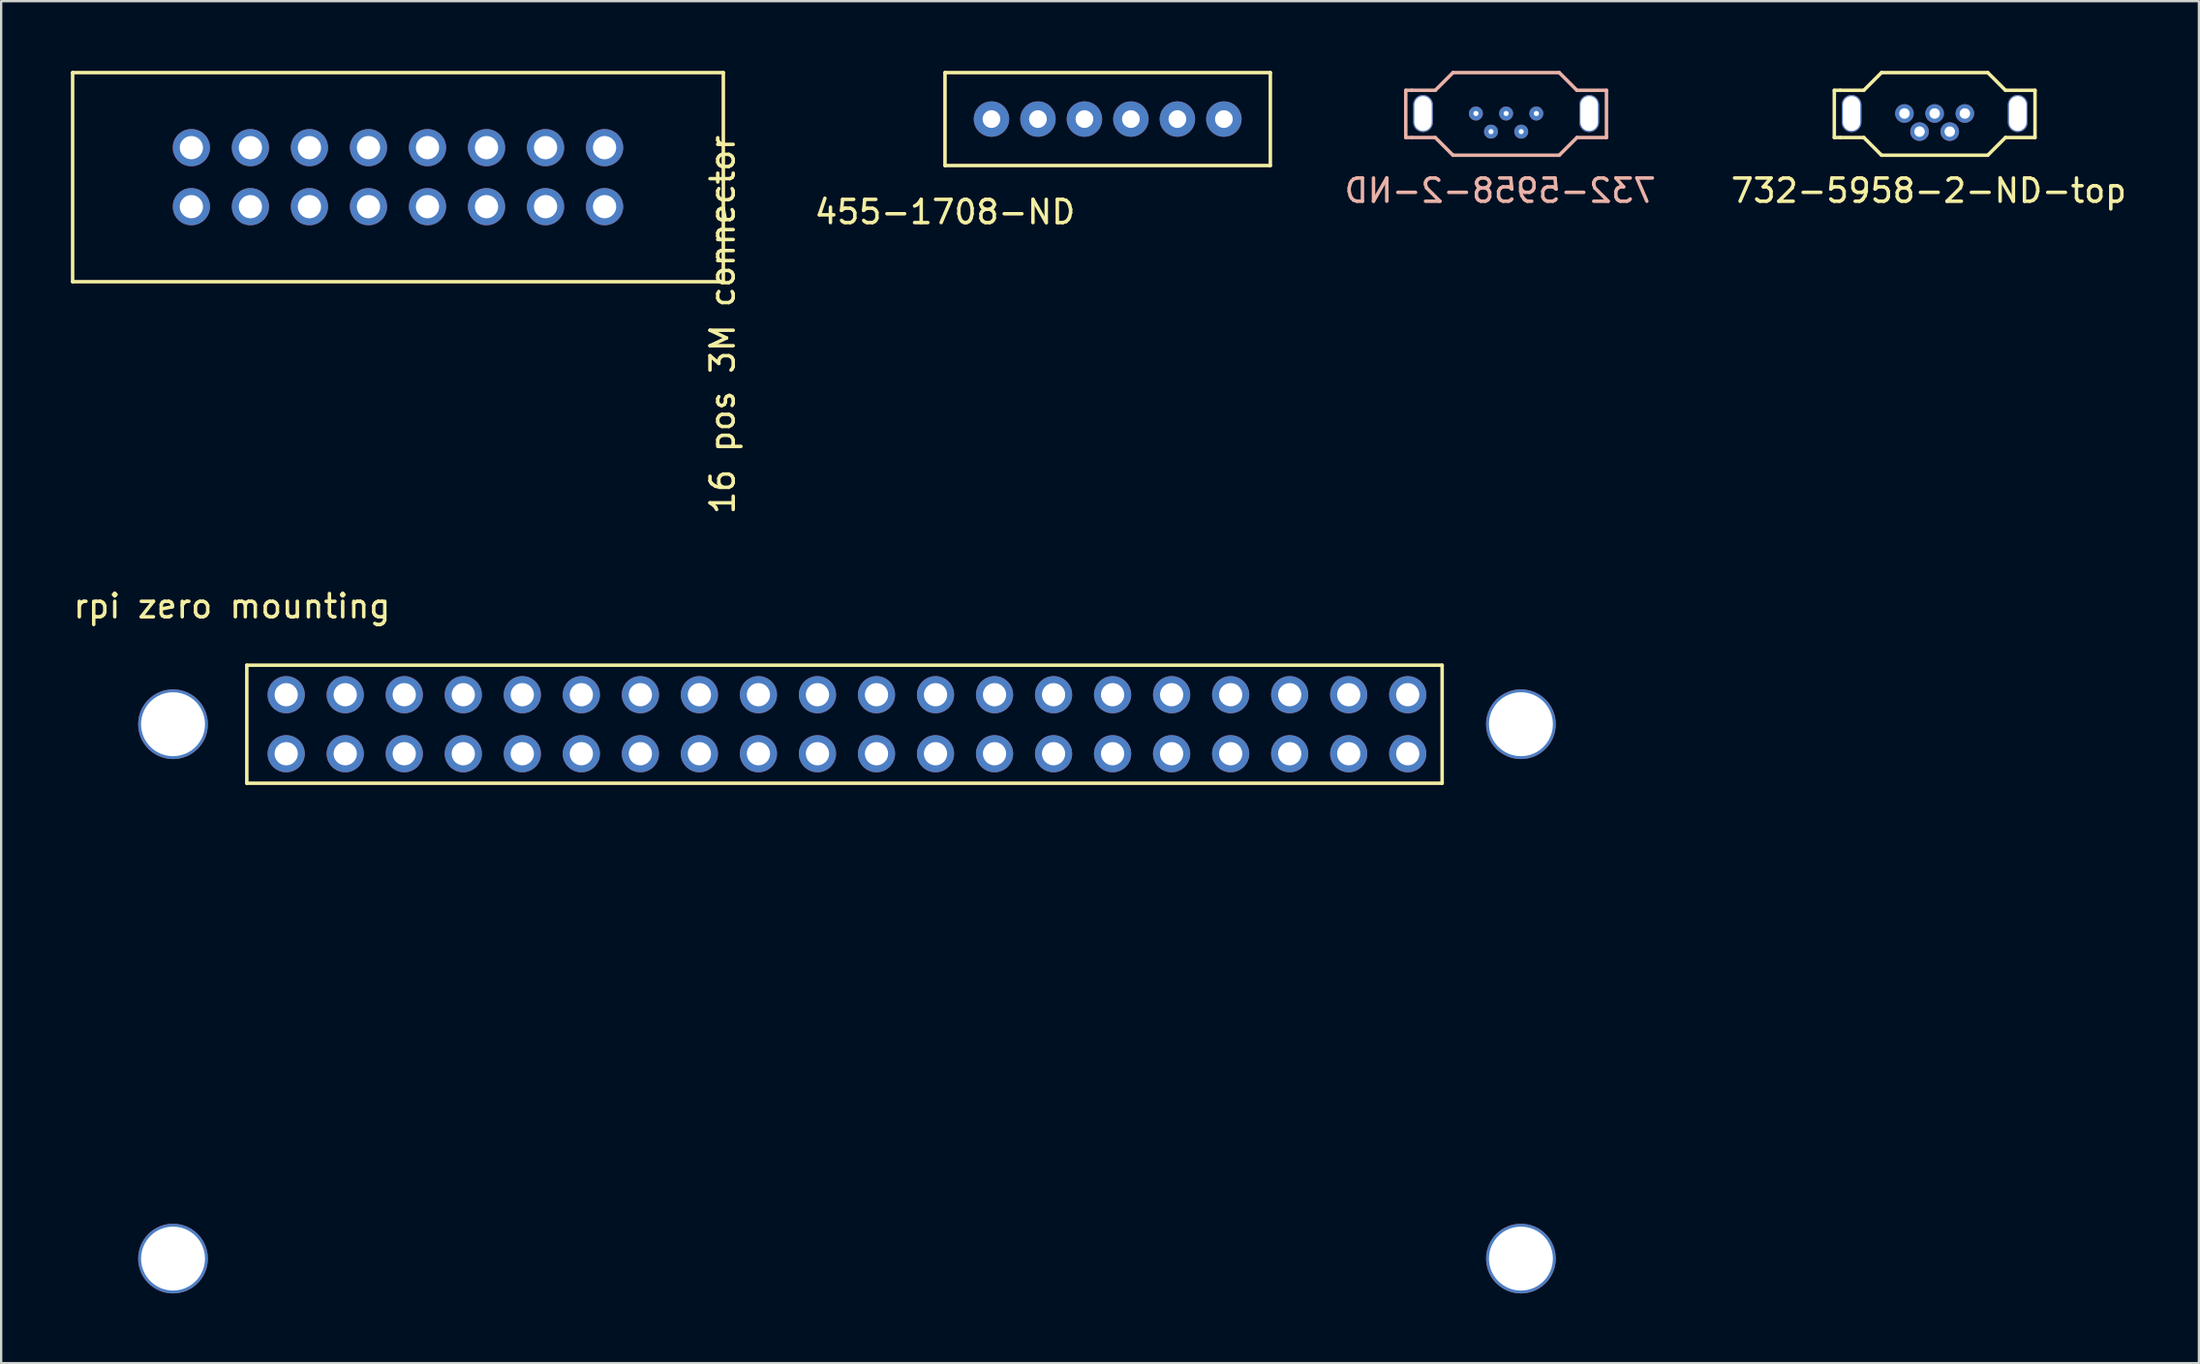
<source format=kicad_pcb>
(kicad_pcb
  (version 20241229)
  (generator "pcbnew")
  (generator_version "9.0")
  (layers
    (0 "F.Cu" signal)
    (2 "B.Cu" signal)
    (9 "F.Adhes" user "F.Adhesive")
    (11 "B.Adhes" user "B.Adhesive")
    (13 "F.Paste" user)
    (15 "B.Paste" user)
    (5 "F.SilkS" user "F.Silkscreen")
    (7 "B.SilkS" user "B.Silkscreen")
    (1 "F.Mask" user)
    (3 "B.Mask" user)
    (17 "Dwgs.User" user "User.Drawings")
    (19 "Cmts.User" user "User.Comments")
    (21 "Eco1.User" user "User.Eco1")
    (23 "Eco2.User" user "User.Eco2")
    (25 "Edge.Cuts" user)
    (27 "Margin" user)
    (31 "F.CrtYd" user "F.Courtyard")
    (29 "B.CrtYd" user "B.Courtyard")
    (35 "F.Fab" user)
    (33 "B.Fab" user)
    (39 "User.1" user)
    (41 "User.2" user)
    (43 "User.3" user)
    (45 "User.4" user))
  (footprint "455-1708-ND"
    (layer "F.Cu")
    (at 39.613 2.075)
    (property "Reference" "455-1708-ND" (at -2 4 0) (layer "F.SilkS") (effects (font (size 1 1) (thickness 0.15))))
    (attr through_hole)
    (fp_line (start -2 -2) (end 12 -2) (stroke (width 0.15) (type solid)) (layer "F.SilkS"))
    (fp_line (start -2 2) (end -2 -2) (stroke (width 0.15) (type solid)) (layer "F.SilkS"))
    (fp_line (start 12 -2) (end 12 2) (stroke (width 0.15) (type solid)) (layer "F.SilkS"))
    (fp_line (start 12 2) (end -2 2) (stroke (width 0.15) (type solid)) (layer "F.SilkS"))
    (pad "1" thru_hole circle (at 0 0) (size 1.524 1.524) (drill 0.762) (layers "*.Cu" "*.Mask"))
    (pad "2" thru_hole circle (at 2 0) (size 1.524 1.524) (drill 0.762) (layers "*.Cu" "*.Mask"))
    (pad "3" thru_hole circle (at 4 0) (size 1.524 1.524) (drill 0.762) (layers "*.Cu" "*.Mask"))
    (pad "4" thru_hole circle (at 6 0) (size 1.524 1.524) (drill 0.762) (layers "*.Cu" "*.Mask"))
    (pad "5" thru_hole circle (at 8 0) (size 1.524 1.524) (drill 0.762) (layers "*.Cu" "*.Mask"))
    (pad "6" thru_hole circle (at 10 0) (size 1.524 1.524) (drill 0.762) (layers "*.Cu" "*.Mask")))
  (footprint "16 pos 3M connector"
    (layer "F.Cu")
    (at 14.075 4.575)
    (property "Reference" "16 pos 3M connector" (at 13.97 6.35 90) (layer "F.SilkS") (effects (font (size 1 1) (thickness 0.15))))
    (attr through_hole)
    (fp_line (start -14 -4.5) (end -14 4.5) (stroke (width 0.15) (type solid)) (layer "F.SilkS"))
    (fp_line (start -14 4.5) (end 14 4.5) (stroke (width 0.15) (type solid)) (layer "F.SilkS"))
    (fp_line (start 14 -4.5) (end -14 -4.5) (stroke (width 0.15) (type solid)) (layer "F.SilkS"))
    (fp_line (start 14 4.5) (end 14 -4.5) (stroke (width 0.15) (type solid)) (layer "F.SilkS"))
    (pad "1" thru_hole circle (at -8.89 1.27) (size 1.6 1.6) (drill 1) (layers "*.Cu" "*.Mask"))
    (pad "2" thru_hole circle (at -8.89 -1.27) (size 1.6 1.6) (drill 1) (layers "*.Cu" "*.Mask"))
    (pad "3" thru_hole circle (at -6.35 1.27) (size 1.6 1.6) (drill 1) (layers "*.Cu" "*.Mask"))
    (pad "4" thru_hole circle (at -6.35 -1.27) (size 1.6 1.6) (drill 1) (layers "*.Cu" "*.Mask"))
    (pad "5" thru_hole circle (at -3.81 1.27) (size 1.6 1.6) (drill 1) (layers "*.Cu" "*.Mask"))
    (pad "6" thru_hole circle (at -3.81 -1.27) (size 1.6 1.6) (drill 1) (layers "*.Cu" "*.Mask"))
    (pad "7" thru_hole circle (at -1.27 1.27) (size 1.6 1.6) (drill 1) (layers "*.Cu" "*.Mask"))
    (pad "8" thru_hole circle (at -1.27 -1.27) (size 1.6 1.6) (drill 1) (layers "*.Cu" "*.Mask"))
    (pad "9" thru_hole circle (at 1.27 1.27) (size 1.6 1.6) (drill 1) (layers "*.Cu" "*.Mask"))
    (pad "10" thru_hole circle (at 1.27 -1.27) (size 1.6 1.6) (drill 1) (layers "*.Cu" "*.Mask"))
    (pad "11" thru_hole circle (at 3.81 1.27) (size 1.6 1.6) (drill 1) (layers "*.Cu" "*.Mask"))
    (pad "12" thru_hole circle (at 3.81 -1.27) (size 1.6 1.6) (drill 1) (layers "*.Cu" "*.Mask"))
    (pad "13" thru_hole circle (at 6.35 1.27) (size 1.6 1.6) (drill 1) (layers "*.Cu" "*.Mask"))
    (pad "14" thru_hole circle (at 6.35 -1.27) (size 1.6 1.6) (drill 1) (layers "*.Cu" "*.Mask"))
    (pad "15" thru_hole circle (at 8.89 1.27) (size 1.6 1.6) (drill 1) (layers "*.Cu" "*.Mask"))
    (pad "16" thru_hole circle (at 8.89 -1.27) (size 1.6 1.6) (drill 1) (layers "*.Cu" "*.Mask")))
  (footprint "732-5958-2-ND-top"
    (layer "F.Cu")
    (at 80.198 2.615)
    (property "Reference" "732-5958-2-ND-top" (at -0.254 2.54 0) (layer "F.SilkS") (effects (font (size 1 1) (thickness 0.15))))
    (attr through_hole)
    (fp_line (start -4.318 -1.778) (end -4.064 -1.778) (stroke (width 0.15) (type solid)) (layer "F.SilkS"))
    (fp_line (start -4.318 0.254) (end -4.318 -1.778) (stroke (width 0.15) (type solid)) (layer "F.SilkS"))
    (fp_line (start -4.064 -1.778) (end -3.048 -1.778) (stroke (width 0.15) (type solid)) (layer "F.SilkS"))
    (fp_line (start -4.064 0.254) (end -4.318 0.254) (stroke (width 0.15) (type solid)) (layer "F.SilkS"))
    (fp_line (start -3.048 -1.778) (end -2.286 -2.54) (stroke (width 0.15) (type solid)) (layer "F.SilkS"))
    (fp_line (start -3.048 0.254) (end -4.064 0.254) (stroke (width 0.15) (type solid)) (layer "F.SilkS"))
    (fp_line (start -2.286 -2.54) (end 2.286 -2.54) (stroke (width 0.15) (type solid)) (layer "F.SilkS"))
    (fp_line (start -2.286 1.016) (end -3.048 0.254) (stroke (width 0.15) (type solid)) (layer "F.SilkS"))
    (fp_line (start 2.286 -2.54) (end 3.048 -1.778) (stroke (width 0.15) (type solid)) (layer "F.SilkS"))
    (fp_line (start 2.286 1.016) (end -2.286 1.016) (stroke (width 0.15) (type solid)) (layer "F.SilkS"))
    (fp_line (start 3.048 -1.778) (end 4.318 -1.778) (stroke (width 0.15) (type solid)) (layer "F.SilkS"))
    (fp_line (start 3.048 0.254) (end 2.286 1.016) (stroke (width 0.15) (type solid)) (layer "F.SilkS"))
    (fp_line (start 4.318 -1.778) (end 4.318 0.254) (stroke (width 0.15) (type solid)) (layer "F.SilkS"))
    (fp_line (start 4.318 0.254) (end 3.048 0.254) (stroke (width 0.15) (type solid)) (layer "F.SilkS"))
    (pad "" np_thru_hole oval (at -3.575 -0.78) (size 0.85 1.6) (drill oval 0.75 1.5) (layers "*.Cu" "*.Mask"))
    (pad "" np_thru_hole oval (at 3.575 -0.78) (size 0.85 1.6) (drill oval 0.75 1.5) (layers "*.Cu" "*.Mask"))
    (pad "1" thru_hole circle (at -1.3 -0.78) (size 0.8 0.8) (drill 0.45) (layers "*.Cu" "*.Mask"))
    (pad "2" thru_hole circle (at -0.65 0) (size 0.8 0.8) (drill 0.45) (layers "*.Cu" "*.Mask"))
    (pad "3" thru_hole circle (at 0 -0.78) (size 0.8 0.8) (drill 0.45) (layers "*.Cu" "*.Mask"))
    (pad "4" thru_hole circle (at 0.65 0) (size 0.8 0.8) (drill 0.45) (layers "*.Cu" "*.Mask"))
    (pad "5" thru_hole circle (at 1.3 -0.78) (size 0.8 0.8) (drill 0.45) (layers "*.Cu" "*.Mask")))
  (footprint "rpi zero mounting"
    (layer "F.Cu")
    (at 4.395 28.121)
    (property "Reference" "rpi zero mounting" (at 2.54 -5.08 0) (layer "F.SilkS") (effects (font (size 1 1) (thickness 0.15))))
    (attr through_hole)
    (fp_line (start 3.175 -2.54) (end 54.61 -2.54) (stroke (width 0.15) (type solid)) (layer "F.SilkS"))
    (fp_line (start 3.175 2.54) (end 3.175 -2.54) (stroke (width 0.15) (type solid)) (layer "F.SilkS"))
    (fp_line (start 54.61 -2.54) (end 54.61 2.54) (stroke (width 0.15) (type solid)) (layer "F.SilkS"))
    (fp_line (start 54.61 2.54) (end 3.175 2.54) (stroke (width 0.15) (type solid)) (layer "F.SilkS"))
    (pad "" np_thru_hole circle (at 0 0) (size 3 3) (drill 2.75) (layers "*.Cu" "*.Mask"))
    (pad "" np_thru_hole circle (at 0 23) (size 3 3) (drill 2.75) (layers "*.Cu" "*.Mask"))
    (pad "" np_thru_hole circle (at 58 0) (size 3 3) (drill 2.75) (layers "*.Cu" "*.Mask"))
    (pad "" np_thru_hole circle (at 58 23) (size 3 3) (drill 2.75) (layers "*.Cu" "*.Mask"))
    (pad "1" thru_hole circle (at 4.87 1.27) (size 1.6 1.6) (drill 1) (layers "*.Cu" "*.Mask"))
    (pad "2" thru_hole circle (at 4.87 -1.27) (size 1.6 1.6) (drill 1) (layers "*.Cu" "*.Mask"))
    (pad "3" thru_hole circle (at 7.41 1.27) (size 1.6 1.6) (drill 1) (layers "*.Cu" "*.Mask"))
    (pad "4" thru_hole circle (at 7.41 -1.27) (size 1.6 1.6) (drill 1) (layers "*.Cu" "*.Mask"))
    (pad "5" thru_hole circle (at 9.95 1.27) (size 1.6 1.6) (drill 1) (layers "*.Cu" "*.Mask"))
    (pad "6" thru_hole circle (at 9.95 -1.27) (size 1.6 1.6) (drill 1) (layers "*.Cu" "*.Mask"))
    (pad "7" thru_hole circle (at 12.49 1.27) (size 1.6 1.6) (drill 1) (layers "*.Cu" "*.Mask"))
    (pad "8" thru_hole circle (at 12.49 -1.27) (size 1.6 1.6) (drill 1) (layers "*.Cu" "*.Mask"))
    (pad "9" thru_hole circle (at 15.03 1.27) (size 1.6 1.6) (drill 1) (layers "*.Cu" "*.Mask"))
    (pad "10" thru_hole circle (at 15.03 -1.27) (size 1.6 1.6) (drill 1) (layers "*.Cu" "*.Mask"))
    (pad "11" thru_hole circle (at 17.57 1.27) (size 1.6 1.6) (drill 1) (layers "*.Cu" "*.Mask"))
    (pad "12" thru_hole circle (at 17.57 -1.27) (size 1.6 1.6) (drill 1) (layers "*.Cu" "*.Mask"))
    (pad "13" thru_hole circle (at 20.11 1.27) (size 1.6 1.6) (drill 1) (layers "*.Cu" "*.Mask"))
    (pad "14" thru_hole circle (at 20.11 -1.27) (size 1.6 1.6) (drill 1) (layers "*.Cu" "*.Mask"))
    (pad "15" thru_hole circle (at 22.65 1.27) (size 1.6 1.6) (drill 1) (layers "*.Cu" "*.Mask"))
    (pad "16" thru_hole circle (at 22.65 -1.27) (size 1.6 1.6) (drill 1) (layers "*.Cu" "*.Mask"))
    (pad "17" thru_hole circle (at 25.19 1.27) (size 1.6 1.6) (drill 1) (layers "*.Cu" "*.Mask"))
    (pad "18" thru_hole circle (at 25.19 -1.27) (size 1.6 1.6) (drill 1) (layers "*.Cu" "*.Mask"))
    (pad "19" thru_hole circle (at 27.73 1.27) (size 1.6 1.6) (drill 1) (layers "*.Cu" "*.Mask"))
    (pad "20" thru_hole circle (at 27.73 -1.27) (size 1.6 1.6) (drill 1) (layers "*.Cu" "*.Mask"))
    (pad "21" thru_hole circle (at 30.27 1.27) (size 1.6 1.6) (drill 1) (layers "*.Cu" "*.Mask"))
    (pad "22" thru_hole circle (at 30.27 -1.27) (size 1.6 1.6) (drill 1) (layers "*.Cu" "*.Mask"))
    (pad "23" thru_hole circle (at 32.81 1.27) (size 1.6 1.6) (drill 1) (layers "*.Cu" "*.Mask"))
    (pad "24" thru_hole circle (at 32.81 -1.27) (size 1.6 1.6) (drill 1) (layers "*.Cu" "*.Mask"))
    (pad "25" thru_hole circle (at 35.35 1.27) (size 1.6 1.6) (drill 1) (layers "*.Cu" "*.Mask"))
    (pad "26" thru_hole circle (at 35.35 -1.27) (size 1.6 1.6) (drill 1) (layers "*.Cu" "*.Mask"))
    (pad "27" thru_hole circle (at 37.89 1.27) (size 1.6 1.6) (drill 1) (layers "*.Cu" "*.Mask"))
    (pad "28" thru_hole circle (at 37.89 -1.27) (size 1.6 1.6) (drill 1) (layers "*.Cu" "*.Mask"))
    (pad "29" thru_hole circle (at 40.43 1.27) (size 1.6 1.6) (drill 1) (layers "*.Cu" "*.Mask"))
    (pad "30" thru_hole circle (at 40.43 -1.27) (size 1.6 1.6) (drill 1) (layers "*.Cu" "*.Mask"))
    (pad "31" thru_hole circle (at 42.97 1.27) (size 1.6 1.6) (drill 1) (layers "*.Cu" "*.Mask"))
    (pad "32" thru_hole circle (at 42.97 -1.27) (size 1.6 1.6) (drill 1) (layers "*.Cu" "*.Mask"))
    (pad "33" thru_hole circle (at 45.51 1.27) (size 1.6 1.6) (drill 1) (layers "*.Cu" "*.Mask"))
    (pad "34" thru_hole circle (at 45.51 -1.27) (size 1.6 1.6) (drill 1) (layers "*.Cu" "*.Mask"))
    (pad "35" thru_hole circle (at 48.05 1.27) (size 1.6 1.6) (drill 1) (layers "*.Cu" "*.Mask"))
    (pad "36" thru_hole circle (at 48.05 -1.27) (size 1.6 1.6) (drill 1) (layers "*.Cu" "*.Mask"))
    (pad "37" thru_hole circle (at 50.59 1.27) (size 1.6 1.6) (drill 1) (layers "*.Cu" "*.Mask"))
    (pad "38" thru_hole circle (at 50.59 -1.27) (size 1.6 1.6) (drill 1) (layers "*.Cu" "*.Mask"))
    (pad "39" thru_hole circle (at 53.13 1.27) (size 1.6 1.6) (drill 1) (layers "*.Cu" "*.Mask"))
    (pad "40" thru_hole circle (at 53.13 -1.27) (size 1.6 1.6) (drill 1) (layers "*.Cu" "*.Mask")))
  (footprint "732-5958-2-ND"
    (layer "F.Cu")
    (at 61.758 2.615)
    (property "Reference" "732-5958-2-ND" (at -0.254 2.54 0) (layer "B.SilkS") (effects (font (size 1 1) (thickness 0.15)) (justify mirror)))
    (attr through_hole)
    (fp_line (start -4.318 -1.778) (end -4.064 -1.778) (stroke (width 0.15) (type solid)) (layer "B.SilkS"))
    (fp_line (start -4.318 0.254) (end -4.318 -1.778) (stroke (width 0.15) (type solid)) (layer "B.SilkS"))
    (fp_line (start -4.064 -1.778) (end -3.048 -1.778) (stroke (width 0.15) (type solid)) (layer "B.SilkS"))
    (fp_line (start -4.064 0.254) (end -4.318 0.254) (stroke (width 0.15) (type solid)) (layer "B.SilkS"))
    (fp_line (start -3.048 -1.778) (end -2.286 -2.54) (stroke (width 0.15) (type solid)) (layer "B.SilkS"))
    (fp_line (start -3.048 0.254) (end -4.064 0.254) (stroke (width 0.15) (type solid)) (layer "B.SilkS"))
    (fp_line (start -2.286 -2.54) (end 2.286 -2.54) (stroke (width 0.15) (type solid)) (layer "B.SilkS"))
    (fp_line (start -2.286 1.016) (end -3.048 0.254) (stroke (width 0.15) (type solid)) (layer "B.SilkS"))
    (fp_line (start 2.286 -2.54) (end 3.048 -1.778) (stroke (width 0.15) (type solid)) (layer "B.SilkS"))
    (fp_line (start 2.286 1.016) (end -2.286 1.016) (stroke (width 0.15) (type solid)) (layer "B.SilkS"))
    (fp_line (start 3.048 -1.778) (end 4.318 -1.778) (stroke (width 0.15) (type solid)) (layer "B.SilkS"))
    (fp_line (start 3.048 0.254) (end 2.286 1.016) (stroke (width 0.15) (type solid)) (layer "B.SilkS"))
    (fp_line (start 4.318 -1.778) (end 4.318 0.254) (stroke (width 0.15) (type solid)) (layer "B.SilkS"))
    (fp_line (start 4.318 0.254) (end 3.048 0.254) (stroke (width 0.15) (type solid)) (layer "B.SilkS"))
    (pad "" np_thru_hole oval (at -3.575 -0.78) (size 0.85 1.6) (drill oval 0.75 1.5) (layers "*.Cu" "*.Mask"))
    (pad "" np_thru_hole oval (at 3.575 -0.78) (size 0.85 1.6) (drill oval 0.75 1.5) (layers "*.Cu" "*.Mask"))
    (pad "1" thru_hole circle (at -1.3 -0.78) (size 0.6 0.6) (drill 0.22) (layers "*.Cu" "*.Mask"))
    (pad "2" thru_hole circle (at -0.65 0) (size 0.6 0.6) (drill 0.22) (layers "*.Cu" "*.Mask"))
    (pad "3" thru_hole circle (at 0 -0.78) (size 0.6 0.6) (drill 0.22) (layers "*.Cu" "*.Mask"))
    (pad "4" thru_hole circle (at 0.65 0) (size 0.6 0.6) (drill 0.22) (layers "*.Cu" "*.Mask"))
    (pad "5" thru_hole circle (at 1.3 -0.78) (size 0.6 0.6) (drill 0.22) (layers "*.Cu" "*.Mask")))
  (gr_rect
    (start -3 -3)
    (end 91.569 55.621)
    (stroke (width 0.1) (type default))
    (fill no)
    (layer "Edge.Cuts")))
</source>
